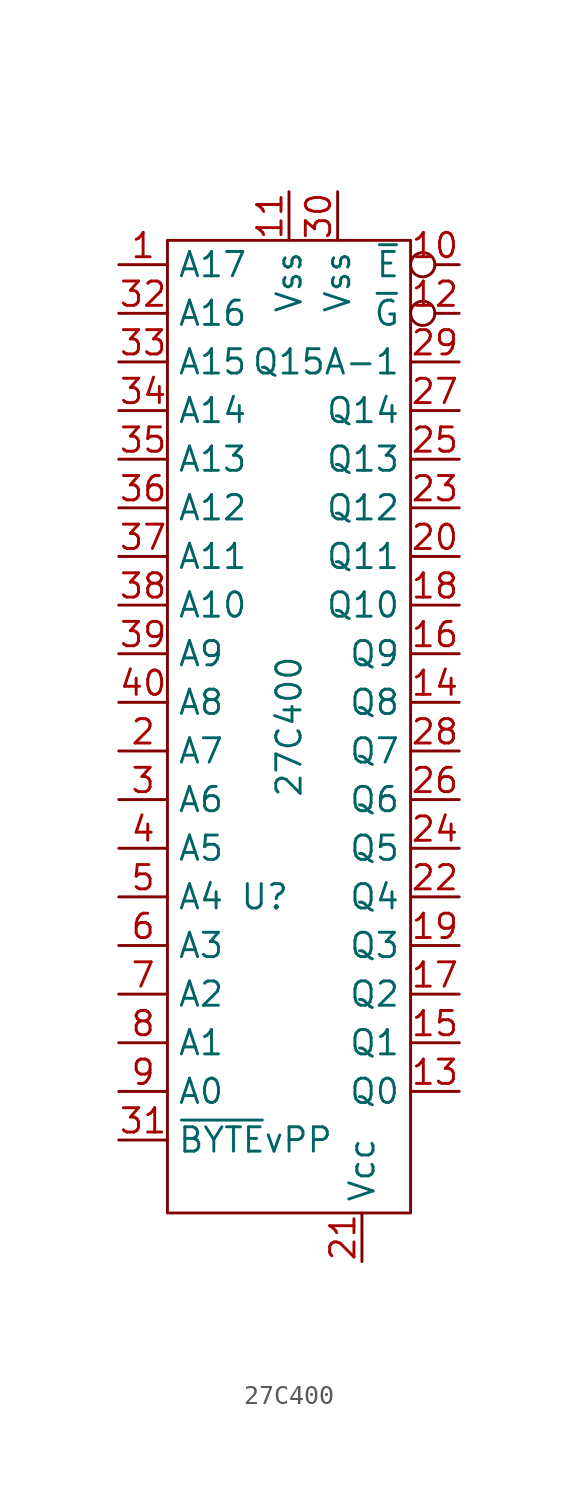
<source format=kicad_sym>
(kicad_symbol_lib
  (version 20211014)
  (generator kicad_symbol_editor)
  (symbol "27C400"
    (property "Reference" "U"
      (at -1.27 -8.89 0)
      (effects (font (size 1.27 1.27))))
    (property "Value" "27C400"
      (at 0 0 90)
      (effects (font (size 1.27 1.27))))
    (symbol "27C400_0_1"
      (rectangle (start -6.35 25.4) (end 6.35 -25.4) (stroke (width 0.152) (type default) (color 0 0 0 0)) (fill (type none))))
    (symbol "27C400_1_1"
      (pin input line (at -8.89 24.13 0) (length 2.54) (name "A17" (effects (font (size 1.27 1.27)))) (number "1" (effects (font (size 1.27 1.27)))))
      (pin input inverted (at 8.89 24.13 180) (length 2.54) (name "~{E}" (effects (font (size 1.27 1.27)))) (number "10" (effects (font (size 1.27 1.27)))))
      (pin power_out line (at 0 27.94 270) (length 2.54) (name "Vss" (effects (font (size 1.27 1.27)))) (number "11" (effects (font (size 1.27 1.27)))))
      (pin input inverted (at 8.89 21.59 180) (length 2.54) (name "~{G}" (effects (font (size 1.27 1.27)))) (number "12" (effects (font (size 1.27 1.27)))))
      (pin output line (at 8.89 -19.05 180) (length 2.54) (name "Q0" (effects (font (size 1.27 1.27)))) (number "13" (effects (font (size 1.27 1.27)))))
      (pin output line (at 8.89 1.27 180) (length 2.54) (name "Q8" (effects (font (size 1.27 1.27)))) (number "14" (effects (font (size 1.27 1.27)))))
      (pin output line (at 8.89 -16.51 180) (length 2.54) (name "Q1" (effects (font (size 1.27 1.27)))) (number "15" (effects (font (size 1.27 1.27)))))
      (pin output line (at 8.89 3.81 180) (length 2.54) (name "Q9" (effects (font (size 1.27 1.27)))) (number "16" (effects (font (size 1.27 1.27)))))
      (pin output line (at 8.89 -13.97 180) (length 2.54) (name "Q2" (effects (font (size 1.27 1.27)))) (number "17" (effects (font (size 1.27 1.27)))))
      (pin output line (at 8.89 6.35 180) (length 2.54) (name "Q10" (effects (font (size 1.27 1.27)))) (number "18" (effects (font (size 1.27 1.27)))))
      (pin output line (at 8.89 -11.43 180) (length 2.54) (name "Q3" (effects (font (size 1.27 1.27)))) (number "19" (effects (font (size 1.27 1.27)))))
      (pin input line (at -8.89 -1.27 0) (length 2.54) (name "A7" (effects (font (size 1.27 1.27)))) (number "2" (effects (font (size 1.27 1.27)))))
      (pin output line (at 8.89 8.89 180) (length 2.54) (name "Q11" (effects (font (size 1.27 1.27)))) (number "20" (effects (font (size 1.27 1.27)))))
      (pin power_in line (at 3.81 -27.94 90) (length 2.54) (name "Vcc" (effects (font (size 1.27 1.27)))) (number "21" (effects (font (size 1.27 1.27)))))
      (pin output line (at 8.89 -8.89 180) (length 2.54) (name "Q4" (effects (font (size 1.27 1.27)))) (number "22" (effects (font (size 1.27 1.27)))))
      (pin output line (at 8.89 11.43 180) (length 2.54) (name "Q12" (effects (font (size 1.27 1.27)))) (number "23" (effects (font (size 1.27 1.27)))))
      (pin output line (at 8.89 -6.35 180) (length 2.54) (name "Q5" (effects (font (size 1.27 1.27)))) (number "24" (effects (font (size 1.27 1.27)))))
      (pin output line (at 8.89 13.97 180) (length 2.54) (name "Q13" (effects (font (size 1.27 1.27)))) (number "25" (effects (font (size 1.27 1.27)))))
      (pin output line (at 8.89 -3.81 180) (length 2.54) (name "Q6" (effects (font (size 1.27 1.27)))) (number "26" (effects (font (size 1.27 1.27)))))
      (pin output line (at 8.89 16.51 180) (length 2.54) (name "Q14" (effects (font (size 1.27 1.27)))) (number "27" (effects (font (size 1.27 1.27)))))
      (pin output line (at 8.89 -1.27 180) (length 2.54) (name "Q7" (effects (font (size 1.27 1.27)))) (number "28" (effects (font (size 1.27 1.27)))))
      (pin bidirectional line (at 8.89 19.05 180) (length 2.54) (name "Q15A-1" (effects (font (size 1.27 1.27)))) (number "29" (effects (font (size 1.27 1.27)))))
      (pin input line (at -8.89 -3.81 0) (length 2.54) (name "A6" (effects (font (size 1.27 1.27)))) (number "3" (effects (font (size 1.27 1.27)))))
      (pin power_out line (at 2.54 27.94 270) (length 2.54) (name "Vss" (effects (font (size 1.27 1.27)))) (number "30" (effects (font (size 1.27 1.27)))))
      (pin input line (at -8.89 -21.59 0) (length 2.54) (name "~{BYTE}vPP" (effects (font (size 1.27 1.27)))) (number "31" (effects (font (size 1.27 1.27)))))
      (pin input line (at -8.89 21.59 0) (length 2.54) (name "A16" (effects (font (size 1.27 1.27)))) (number "32" (effects (font (size 1.27 1.27)))))
      (pin input line (at -8.89 19.05 0) (length 2.54) (name "A15" (effects (font (size 1.27 1.27)))) (number "33" (effects (font (size 1.27 1.27)))))
      (pin input line (at -8.89 16.51 0) (length 2.54) (name "A14" (effects (font (size 1.27 1.27)))) (number "34" (effects (font (size 1.27 1.27)))))
      (pin input line (at -8.89 13.97 0) (length 2.54) (name "A13" (effects (font (size 1.27 1.27)))) (number "35" (effects (font (size 1.27 1.27)))))
      (pin input line (at -8.89 11.43 0) (length 2.54) (name "A12" (effects (font (size 1.27 1.27)))) (number "36" (effects (font (size 1.27 1.27)))))
      (pin input line (at -8.89 8.89 0) (length 2.54) (name "A11" (effects (font (size 1.27 1.27)))) (number "37" (effects (font (size 1.27 1.27)))))
      (pin input line (at -8.89 6.35 0) (length 2.54) (name "A10" (effects (font (size 1.27 1.27)))) (number "38" (effects (font (size 1.27 1.27)))))
      (pin input line (at -8.89 3.81 0) (length 2.54) (name "A9" (effects (font (size 1.27 1.27)))) (number "39" (effects (font (size 1.27 1.27)))))
      (pin input line (at -8.89 -6.35 0) (length 2.54) (name "A5" (effects (font (size 1.27 1.27)))) (number "4" (effects (font (size 1.27 1.27)))))
      (pin input line (at -8.89 1.27 0) (length 2.54) (name "A8" (effects (font (size 1.27 1.27)))) (number "40" (effects (font (size 1.27 1.27)))))
      (pin input line (at -8.89 -8.89 0) (length 2.54) (name "A4" (effects (font (size 1.27 1.27)))) (number "5" (effects (font (size 1.27 1.27)))))
      (pin input line (at -8.89 -11.43 0) (length 2.54) (name "A3" (effects (font (size 1.27 1.27)))) (number "6" (effects (font (size 1.27 1.27)))))
      (pin input line (at -8.89 -13.97 0) (length 2.54) (name "A2" (effects (font (size 1.27 1.27)))) (number "7" (effects (font (size 1.27 1.27)))))
      (pin input line (at -8.89 -16.51 0) (length 2.54) (name "A1" (effects (font (size 1.27 1.27)))) (number "8" (effects (font (size 1.27 1.27)))))
      (pin input line (at -8.89 -19.05 0) (length 2.54) (name "A0" (effects (font (size 1.27 1.27)))) (number "9" (effects (font (size 1.27 1.27))))))))
</source>
